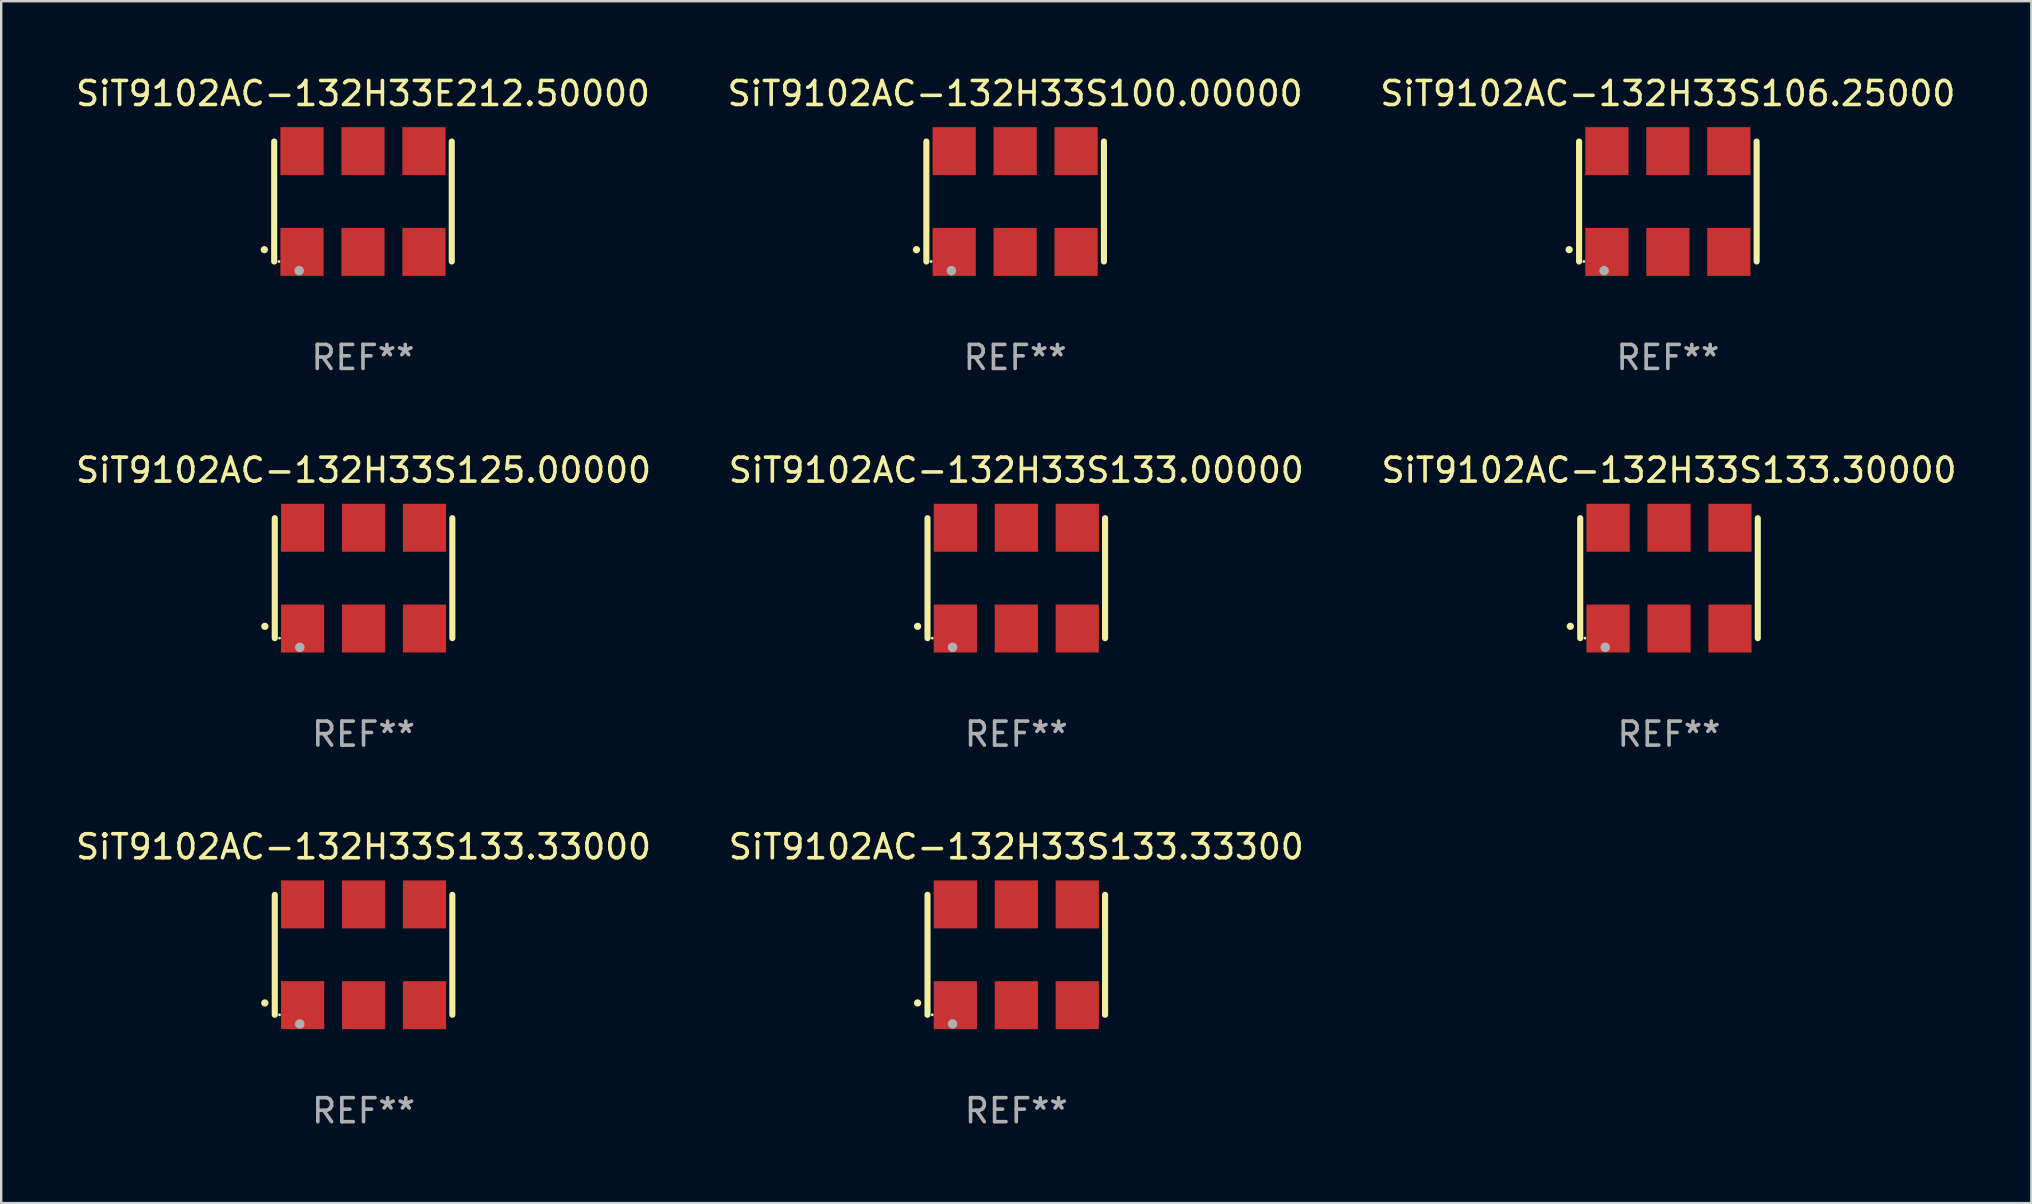
<source format=kicad_pcb>
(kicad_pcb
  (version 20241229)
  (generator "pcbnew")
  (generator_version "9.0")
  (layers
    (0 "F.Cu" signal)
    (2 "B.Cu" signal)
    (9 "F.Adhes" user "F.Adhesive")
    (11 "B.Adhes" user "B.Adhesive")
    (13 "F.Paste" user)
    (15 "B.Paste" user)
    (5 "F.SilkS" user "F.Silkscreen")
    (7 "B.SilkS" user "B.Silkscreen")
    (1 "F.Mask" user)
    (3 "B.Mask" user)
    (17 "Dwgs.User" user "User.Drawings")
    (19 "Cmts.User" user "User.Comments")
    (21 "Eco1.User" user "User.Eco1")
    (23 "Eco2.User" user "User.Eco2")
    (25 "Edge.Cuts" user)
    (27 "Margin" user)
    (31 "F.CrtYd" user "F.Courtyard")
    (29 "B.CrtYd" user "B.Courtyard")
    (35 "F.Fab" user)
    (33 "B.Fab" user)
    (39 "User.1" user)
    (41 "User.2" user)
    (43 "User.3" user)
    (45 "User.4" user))
  (footprint "SiT9102AC-132H33S125.00000"
    (layer "F.Cu")
    (at 12.101 21.045)
    (property "Reference" "SiT9102AC-132H33S125.00000" (at 0 -4.5 0) (layer "F.SilkS") (effects (font (size 1 1) (thickness 0.15))))
    (attr through_hole)
    (fp_line (start -3.7 -2.5) (end -3.7 2.5) (stroke (width 0.254) (type solid)) (layer "F.SilkS"))
    (fp_line (start 3.7 -2.5) (end 3.7 2.5) (stroke (width 0.254) (type solid)) (layer "F.SilkS"))
    (fp_arc (start -4.114415 2.006604) (mid -4.113145 2.006599) (end -4.111875 2.006604) (stroke (width 0.3) (type solid)) (layer "F.SilkS"))
    (fp_circle (center -3.502 2.5) (end -3.472 2.5) (stroke (width 0.06) (type solid)) (fill no) (layer "F.SilkS"))
    (fp_circle (center -2.657 2.882) (end -2.557 2.882) (stroke (width 0.2) (type solid)) (fill no) (layer "F.Fab"))
    (fp_text user "REF**" (at 0 6.5 0) (layer "F.Fab") (effects (font (size 1 1) (thickness 0.15))))
    (pad "1" smd rect (at -2.54 2.1) (size 1.8 2) (layers "F.Cu" "F.Mask" "F.Paste"))
    (pad "2" smd rect (at 0.000394 2.1) (size 1.8 2) (layers "F.Cu" "F.Mask" "F.Paste"))
    (pad "3" smd rect (at 2.54 2.1) (size 1.8 2) (layers "F.Cu" "F.Mask" "F.Paste"))
    (pad "4" smd rect (at 2.54 -2.1) (size 1.8 2) (layers "F.Cu" "F.Mask" "F.Paste"))
    (pad "5" smd rect (at 0.000394 -2.1) (size 1.8 2) (layers "F.Cu" "F.Mask" "F.Paste"))
    (pad "6" smd rect (at -2.54 -2.1) (size 1.8 2) (layers "F.Cu" "F.Mask" "F.Paste")))
  (footprint "SiT9102AC-132H33E212.50000"
    (layer "F.Cu")
    (at 12.077 5.348)
    (property "Reference" "SiT9102AC-132H33E212.50000" (at 0 -4.5 0) (layer "F.SilkS") (effects (font (size 1 1) (thickness 0.15))))
    (attr through_hole)
    (fp_line (start -3.7 -2.5) (end -3.7 2.5) (stroke (width 0.254) (type solid)) (layer "F.SilkS"))
    (fp_line (start 3.7 -2.5) (end 3.7 2.5) (stroke (width 0.254) (type solid)) (layer "F.SilkS"))
    (fp_arc (start -4.114415 2.006604) (mid -4.113145 2.006599) (end -4.111875 2.006604) (stroke (width 0.3) (type solid)) (layer "F.SilkS"))
    (fp_circle (center -3.502 2.5) (end -3.472 2.5) (stroke (width 0.06) (type solid)) (fill no) (layer "F.SilkS"))
    (fp_circle (center -2.657 2.882) (end -2.557 2.882) (stroke (width 0.2) (type solid)) (fill no) (layer "F.Fab"))
    (fp_text user "REF**" (at 0 6.5 0) (layer "F.Fab") (effects (font (size 1 1) (thickness 0.15))))
    (pad "1" smd rect (at -2.54 2.1) (size 1.8 2) (layers "F.Cu" "F.Mask" "F.Paste"))
    (pad "2" smd rect (at 0.000394 2.1) (size 1.8 2) (layers "F.Cu" "F.Mask" "F.Paste"))
    (pad "3" smd rect (at 2.54 2.1) (size 1.8 2) (layers "F.Cu" "F.Mask" "F.Paste"))
    (pad "4" smd rect (at 2.54 -2.1) (size 1.8 2) (layers "F.Cu" "F.Mask" "F.Paste"))
    (pad "5" smd rect (at 0.000394 -2.1) (size 1.8 2) (layers "F.Cu" "F.Mask" "F.Paste"))
    (pad "6" smd rect (at -2.54 -2.1) (size 1.8 2) (layers "F.Cu" "F.Mask" "F.Paste")))
  (footprint "SiT9102AC-132H33S133.33000"
    (layer "F.Cu")
    (at 12.101 36.741)
    (property "Reference" "SiT9102AC-132H33S133.33000" (at 0 -4.5 0) (layer "F.SilkS") (effects (font (size 1 1) (thickness 0.15))))
    (attr through_hole)
    (fp_line (start -3.7 -2.5) (end -3.7 2.5) (stroke (width 0.254) (type solid)) (layer "F.SilkS"))
    (fp_line (start 3.7 -2.5) (end 3.7 2.5) (stroke (width 0.254) (type solid)) (layer "F.SilkS"))
    (fp_arc (start -4.114415 2.006604) (mid -4.113145 2.006599) (end -4.111875 2.006604) (stroke (width 0.3) (type solid)) (layer "F.SilkS"))
    (fp_circle (center -3.502 2.5) (end -3.472 2.5) (stroke (width 0.06) (type solid)) (fill no) (layer "F.SilkS"))
    (fp_circle (center -2.657 2.882) (end -2.557 2.882) (stroke (width 0.2) (type solid)) (fill no) (layer "F.Fab"))
    (fp_text user "REF**" (at 0 6.5 0) (layer "F.Fab") (effects (font (size 1 1) (thickness 0.15))))
    (pad "1" smd rect (at -2.54 2.1) (size 1.8 2) (layers "F.Cu" "F.Mask" "F.Paste"))
    (pad "2" smd rect (at 0.000394 2.1) (size 1.8 2) (layers "F.Cu" "F.Mask" "F.Paste"))
    (pad "3" smd rect (at 2.54 2.1) (size 1.8 2) (layers "F.Cu" "F.Mask" "F.Paste"))
    (pad "4" smd rect (at 2.54 -2.1) (size 1.8 2) (layers "F.Cu" "F.Mask" "F.Paste"))
    (pad "5" smd rect (at 0.000394 -2.1) (size 1.8 2) (layers "F.Cu" "F.Mask" "F.Paste"))
    (pad "6" smd rect (at -2.54 -2.1) (size 1.8 2) (layers "F.Cu" "F.Mask" "F.Paste")))
  (footprint "SiT9102AC-132H33S133.33300"
    (layer "F.Cu")
    (at 39.304 36.741)
    (property "Reference" "SiT9102AC-132H33S133.33300" (at 0 -4.5 0) (layer "F.SilkS") (effects (font (size 1 1) (thickness 0.15))))
    (attr through_hole)
    (fp_line (start -3.7 -2.5) (end -3.7 2.5) (stroke (width 0.254) (type solid)) (layer "F.SilkS"))
    (fp_line (start 3.7 -2.5) (end 3.7 2.5) (stroke (width 0.254) (type solid)) (layer "F.SilkS"))
    (fp_arc (start -4.114415 2.006604) (mid -4.113145 2.006599) (end -4.111875 2.006604) (stroke (width 0.3) (type solid)) (layer "F.SilkS"))
    (fp_circle (center -3.502 2.5) (end -3.472 2.5) (stroke (width 0.06) (type solid)) (fill no) (layer "F.SilkS"))
    (fp_circle (center -2.657 2.882) (end -2.557 2.882) (stroke (width 0.2) (type solid)) (fill no) (layer "F.Fab"))
    (fp_text user "REF**" (at 0 6.5 0) (layer "F.Fab") (effects (font (size 1 1) (thickness 0.15))))
    (pad "1" smd rect (at -2.54 2.1) (size 1.8 2) (layers "F.Cu" "F.Mask" "F.Paste"))
    (pad "2" smd rect (at 0.000394 2.1) (size 1.8 2) (layers "F.Cu" "F.Mask" "F.Paste"))
    (pad "3" smd rect (at 2.54 2.1) (size 1.8 2) (layers "F.Cu" "F.Mask" "F.Paste"))
    (pad "4" smd rect (at 2.54 -2.1) (size 1.8 2) (layers "F.Cu" "F.Mask" "F.Paste"))
    (pad "5" smd rect (at 0.000394 -2.1) (size 1.8 2) (layers "F.Cu" "F.Mask" "F.Paste"))
    (pad "6" smd rect (at -2.54 -2.1) (size 1.8 2) (layers "F.Cu" "F.Mask" "F.Paste")))
  (footprint "SiT9102AC-132H33S133.00000"
    (layer "F.Cu")
    (at 39.304 21.045)
    (property "Reference" "SiT9102AC-132H33S133.00000" (at 0 -4.5 0) (layer "F.SilkS") (effects (font (size 1 1) (thickness 0.15))))
    (attr through_hole)
    (fp_line (start -3.7 -2.5) (end -3.7 2.5) (stroke (width 0.254) (type solid)) (layer "F.SilkS"))
    (fp_line (start 3.7 -2.5) (end 3.7 2.5) (stroke (width 0.254) (type solid)) (layer "F.SilkS"))
    (fp_arc (start -4.114415 2.006604) (mid -4.113145 2.006599) (end -4.111875 2.006604) (stroke (width 0.3) (type solid)) (layer "F.SilkS"))
    (fp_circle (center -3.502 2.5) (end -3.472 2.5) (stroke (width 0.06) (type solid)) (fill no) (layer "F.SilkS"))
    (fp_circle (center -2.657 2.882) (end -2.557 2.882) (stroke (width 0.2) (type solid)) (fill no) (layer "F.Fab"))
    (fp_text user "REF**" (at 0 6.5 0) (layer "F.Fab") (effects (font (size 1 1) (thickness 0.15))))
    (pad "1" smd rect (at -2.54 2.1) (size 1.8 2) (layers "F.Cu" "F.Mask" "F.Paste"))
    (pad "2" smd rect (at 0.000394 2.1) (size 1.8 2) (layers "F.Cu" "F.Mask" "F.Paste"))
    (pad "3" smd rect (at 2.54 2.1) (size 1.8 2) (layers "F.Cu" "F.Mask" "F.Paste"))
    (pad "4" smd rect (at 2.54 -2.1) (size 1.8 2) (layers "F.Cu" "F.Mask" "F.Paste"))
    (pad "5" smd rect (at 0.000394 -2.1) (size 1.8 2) (layers "F.Cu" "F.Mask" "F.Paste"))
    (pad "6" smd rect (at -2.54 -2.1) (size 1.8 2) (layers "F.Cu" "F.Mask" "F.Paste")))
  (footprint "SiT9102AC-132H33S133.30000"
    (layer "F.Cu")
    (at 66.506 21.045)
    (property "Reference" "SiT9102AC-132H33S133.30000" (at 0 -4.5 0) (layer "F.SilkS") (effects (font (size 1 1) (thickness 0.15))))
    (attr through_hole)
    (fp_line (start -3.7 -2.5) (end -3.7 2.5) (stroke (width 0.254) (type solid)) (layer "F.SilkS"))
    (fp_line (start 3.7 -2.5) (end 3.7 2.5) (stroke (width 0.254) (type solid)) (layer "F.SilkS"))
    (fp_arc (start -4.114415 2.006604) (mid -4.113145 2.006599) (end -4.111875 2.006604) (stroke (width 0.3) (type solid)) (layer "F.SilkS"))
    (fp_circle (center -3.502 2.5) (end -3.472 2.5) (stroke (width 0.06) (type solid)) (fill no) (layer "F.SilkS"))
    (fp_circle (center -2.657 2.882) (end -2.557 2.882) (stroke (width 0.2) (type solid)) (fill no) (layer "F.Fab"))
    (fp_text user "REF**" (at 0 6.5 0) (layer "F.Fab") (effects (font (size 1 1) (thickness 0.15))))
    (pad "1" smd rect (at -2.54 2.1) (size 1.8 2) (layers "F.Cu" "F.Mask" "F.Paste"))
    (pad "2" smd rect (at 0.000394 2.1) (size 1.8 2) (layers "F.Cu" "F.Mask" "F.Paste"))
    (pad "3" smd rect (at 2.54 2.1) (size 1.8 2) (layers "F.Cu" "F.Mask" "F.Paste"))
    (pad "4" smd rect (at 2.54 -2.1) (size 1.8 2) (layers "F.Cu" "F.Mask" "F.Paste"))
    (pad "5" smd rect (at 0.000394 -2.1) (size 1.8 2) (layers "F.Cu" "F.Mask" "F.Paste"))
    (pad "6" smd rect (at -2.54 -2.1) (size 1.8 2) (layers "F.Cu" "F.Mask" "F.Paste")))
  (footprint "SiT9102AC-132H33S106.25000"
    (layer "F.Cu")
    (at 66.458 5.348)
    (property "Reference" "SiT9102AC-132H33S106.25000" (at 0 -4.5 0) (layer "F.SilkS") (effects (font (size 1 1) (thickness 0.15))))
    (attr through_hole)
    (fp_line (start -3.7 -2.5) (end -3.7 2.5) (stroke (width 0.254) (type solid)) (layer "F.SilkS"))
    (fp_line (start 3.7 -2.5) (end 3.7 2.5) (stroke (width 0.254) (type solid)) (layer "F.SilkS"))
    (fp_arc (start -4.114415 2.006604) (mid -4.113145 2.006599) (end -4.111875 2.006604) (stroke (width 0.3) (type solid)) (layer "F.SilkS"))
    (fp_circle (center -3.502 2.5) (end -3.472 2.5) (stroke (width 0.06) (type solid)) (fill no) (layer "F.SilkS"))
    (fp_circle (center -2.657 2.882) (end -2.557 2.882) (stroke (width 0.2) (type solid)) (fill no) (layer "F.Fab"))
    (fp_text user "REF**" (at 0 6.5 0) (layer "F.Fab") (effects (font (size 1 1) (thickness 0.15))))
    (pad "1" smd rect (at -2.54 2.1) (size 1.8 2) (layers "F.Cu" "F.Mask" "F.Paste"))
    (pad "2" smd rect (at 0.000394 2.1) (size 1.8 2) (layers "F.Cu" "F.Mask" "F.Paste"))
    (pad "3" smd rect (at 2.54 2.1) (size 1.8 2) (layers "F.Cu" "F.Mask" "F.Paste"))
    (pad "4" smd rect (at 2.54 -2.1) (size 1.8 2) (layers "F.Cu" "F.Mask" "F.Paste"))
    (pad "5" smd rect (at 0.000394 -2.1) (size 1.8 2) (layers "F.Cu" "F.Mask" "F.Paste"))
    (pad "6" smd rect (at -2.54 -2.1) (size 1.8 2) (layers "F.Cu" "F.Mask" "F.Paste")))
  (footprint "SiT9102AC-132H33S100.00000"
    (layer "F.Cu")
    (at 39.256 5.348)
    (property "Reference" "SiT9102AC-132H33S100.00000" (at 0 -4.5 0) (layer "F.SilkS") (effects (font (size 1 1) (thickness 0.15))))
    (attr through_hole)
    (fp_line (start -3.7 -2.5) (end -3.7 2.5) (stroke (width 0.254) (type solid)) (layer "F.SilkS"))
    (fp_line (start 3.7 -2.5) (end 3.7 2.5) (stroke (width 0.254) (type solid)) (layer "F.SilkS"))
    (fp_arc (start -4.114415 2.006604) (mid -4.113145 2.006599) (end -4.111875 2.006604) (stroke (width 0.3) (type solid)) (layer "F.SilkS"))
    (fp_circle (center -3.502 2.5) (end -3.472 2.5) (stroke (width 0.06) (type solid)) (fill no) (layer "F.SilkS"))
    (fp_circle (center -2.657 2.882) (end -2.557 2.882) (stroke (width 0.2) (type solid)) (fill no) (layer "F.Fab"))
    (fp_text user "REF**" (at 0 6.5 0) (layer "F.Fab") (effects (font (size 1 1) (thickness 0.15))))
    (pad "1" smd rect (at -2.54 2.1) (size 1.8 2) (layers "F.Cu" "F.Mask" "F.Paste"))
    (pad "2" smd rect (at 0.000394 2.1) (size 1.8 2) (layers "F.Cu" "F.Mask" "F.Paste"))
    (pad "3" smd rect (at 2.54 2.1) (size 1.8 2) (layers "F.Cu" "F.Mask" "F.Paste"))
    (pad "4" smd rect (at 2.54 -2.1) (size 1.8 2) (layers "F.Cu" "F.Mask" "F.Paste"))
    (pad "5" smd rect (at 0.000394 -2.1) (size 1.8 2) (layers "F.Cu" "F.Mask" "F.Paste"))
    (pad "6" smd rect (at -2.54 -2.1) (size 1.8 2) (layers "F.Cu" "F.Mask" "F.Paste")))
  (gr_rect
    (start -3 -3)
    (end 81.607 47.09)
    (stroke (width 0.1) (type default))
    (fill no)
    (layer "Edge.Cuts")))
</source>
